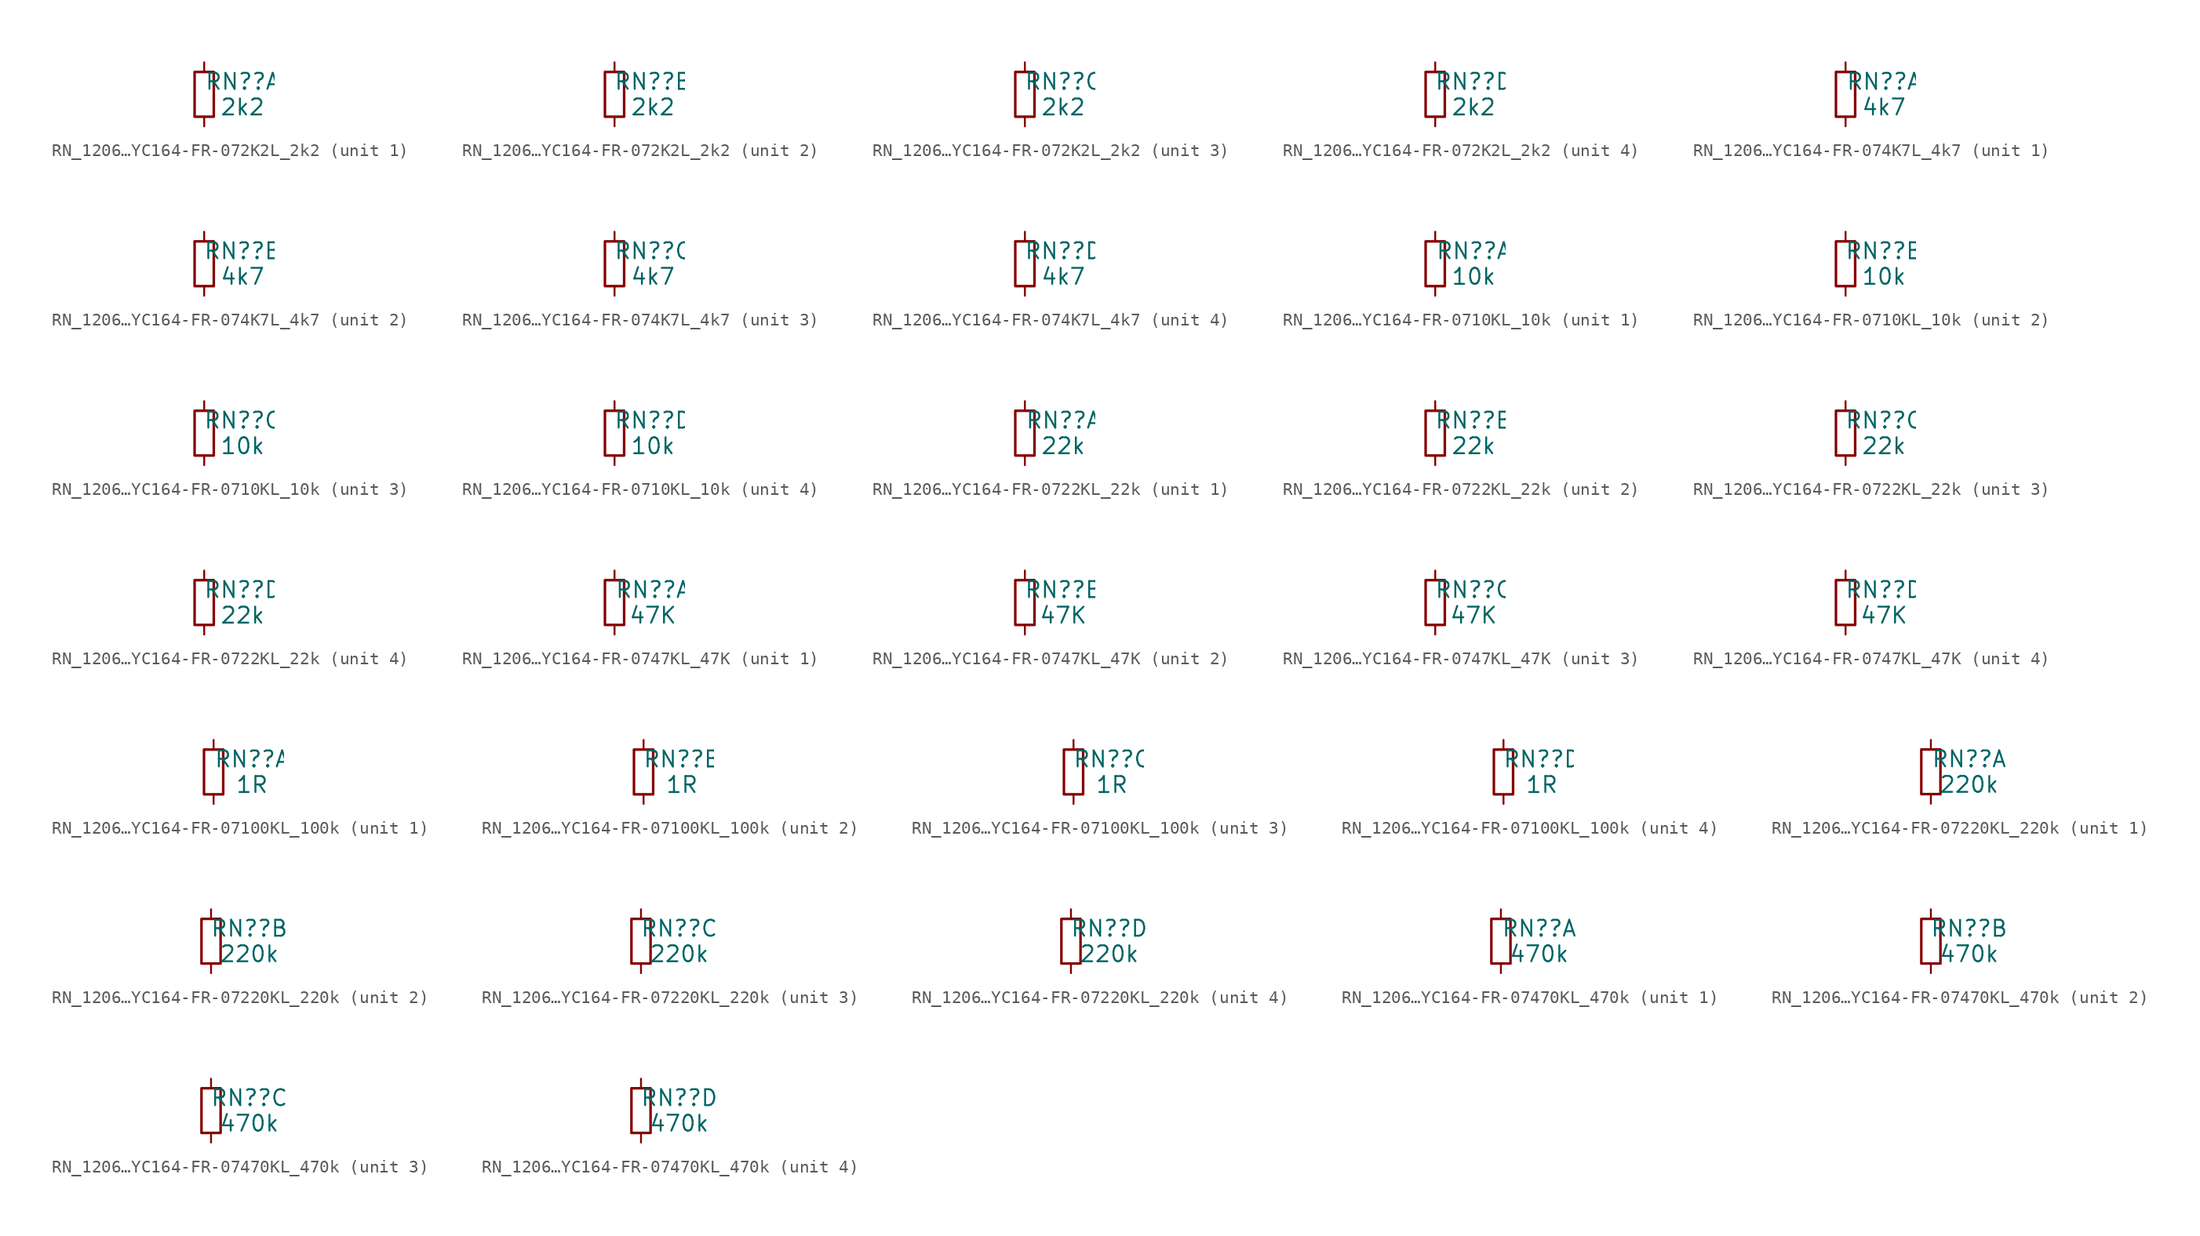
<source format=kicad_sym>
(kicad_symbol_lib
  (version 20231120)
  (generator "kicad_symbol_editor")
  (generator_version "8.0")
  (symbol "RN_1206…YC164-FR-072K2L_2k2"
    (pin_numbers hide)
    (pin_names
      (offset 1.016) hide)
    (property "Reference" "RN?"
      (at 3.048 1.016 0)
      (effects (font (size 1.27 1.27))))
    (property "Value" "2k2"
      (at 3.048 -1.016 0)
      (effects (font (size 1.27 1.27))))
    (symbol "RN_1206…YC164-FR-072K2L_2k2_0_1"
      (rectangle (start -0.762 1.778) (end 0.762 -1.778) (stroke (width 0.203) (type default)) (fill (type none))))
    (symbol "RN_1206…YC164-FR-072K2L_2k2_1_1"
      (pin passive line (at 0 2.54 270) (length 0.762) (name "~" (effects (font (size 1.27 1.27)))) (number "1" (effects (font (size 1.27 1.27)))))
      (pin passive line (at 0 -2.54 90) (length 0.762) (name "~" (effects (font (size 1.27 1.27)))) (number "8" (effects (font (size 1.27 1.27))))))
    (symbol "RN_1206…YC164-FR-072K2L_2k2_2_1"
      (pin passive line (at 0 2.54 270) (length 0.762) (name "~" (effects (font (size 1.27 1.27)))) (number "2" (effects (font (size 1.27 1.27)))))
      (pin passive line (at 0 -2.54 90) (length 0.762) (name "~" (effects (font (size 1.27 1.27)))) (number "7" (effects (font (size 1.27 1.27))))))
    (symbol "RN_1206…YC164-FR-072K2L_2k2_3_1"
      (pin passive line (at 0 2.54 270) (length 0.762) (name "~" (effects (font (size 1.27 1.27)))) (number "3" (effects (font (size 1.27 1.27)))))
      (pin passive line (at 0 -2.54 90) (length 0.762) (name "~" (effects (font (size 1.27 1.27)))) (number "6" (effects (font (size 1.27 1.27))))))
    (symbol "RN_1206…YC164-FR-072K2L_2k2_4_1"
      (pin passive line (at 0 2.54 270) (length 0.762) (name "~" (effects (font (size 1.27 1.27)))) (number "4" (effects (font (size 1.27 1.27)))))
      (pin passive line (at 0 -2.54 90) (length 0.762) (name "~" (effects (font (size 1.27 1.27)))) (number "5" (effects (font (size 1.27 1.27)))))))
  (symbol "RN_1206…YC164-FR-074K7L_4k7"
    (pin_numbers hide)
    (pin_names
      (offset 1.016) hide)
    (property "Reference" "RN?"
      (at 3.048 1.016 0)
      (effects (font (size 1.27 1.27))))
    (property "Value" "4k7"
      (at 3.048 -1.016 0)
      (effects (font (size 1.27 1.27))))
    (symbol "RN_1206…YC164-FR-074K7L_4k7_0_1"
      (rectangle (start -0.762 1.778) (end 0.762 -1.778) (stroke (width 0.203) (type default)) (fill (type none))))
    (symbol "RN_1206…YC164-FR-074K7L_4k7_1_1"
      (pin passive line (at 0 2.54 270) (length 0.762) (name "~" (effects (font (size 1.27 1.27)))) (number "1" (effects (font (size 1.27 1.27)))))
      (pin passive line (at 0 -2.54 90) (length 0.762) (name "~" (effects (font (size 1.27 1.27)))) (number "8" (effects (font (size 1.27 1.27))))))
    (symbol "RN_1206…YC164-FR-074K7L_4k7_2_1"
      (pin passive line (at 0 2.54 270) (length 0.762) (name "~" (effects (font (size 1.27 1.27)))) (number "2" (effects (font (size 1.27 1.27)))))
      (pin passive line (at 0 -2.54 90) (length 0.762) (name "~" (effects (font (size 1.27 1.27)))) (number "7" (effects (font (size 1.27 1.27))))))
    (symbol "RN_1206…YC164-FR-074K7L_4k7_3_1"
      (pin passive line (at 0 2.54 270) (length 0.762) (name "~" (effects (font (size 1.27 1.27)))) (number "3" (effects (font (size 1.27 1.27)))))
      (pin passive line (at 0 -2.54 90) (length 0.762) (name "~" (effects (font (size 1.27 1.27)))) (number "6" (effects (font (size 1.27 1.27))))))
    (symbol "RN_1206…YC164-FR-074K7L_4k7_4_1"
      (pin passive line (at 0 2.54 270) (length 0.762) (name "~" (effects (font (size 1.27 1.27)))) (number "4" (effects (font (size 1.27 1.27)))))
      (pin passive line (at 0 -2.54 90) (length 0.762) (name "~" (effects (font (size 1.27 1.27)))) (number "5" (effects (font (size 1.27 1.27)))))))
  (symbol "RN_1206…YC164-FR-0710KL_10k"
    (pin_numbers hide)
    (pin_names
      (offset 1.016) hide)
    (property "Reference" "RN?"
      (at 3.048 1.016 0)
      (effects (font (size 1.27 1.27))))
    (property "Value" "10k"
      (at 3.048 -1.016 0)
      (effects (font (size 1.27 1.27))))
    (symbol "RN_1206…YC164-FR-0710KL_10k_0_1"
      (rectangle (start -0.762 1.778) (end 0.762 -1.778) (stroke (width 0.203) (type default)) (fill (type none))))
    (symbol "RN_1206…YC164-FR-0710KL_10k_1_1"
      (pin passive line (at 0 2.54 270) (length 0.762) (name "~" (effects (font (size 1.27 1.27)))) (number "1" (effects (font (size 1.27 1.27)))))
      (pin passive line (at 0 -2.54 90) (length 0.762) (name "~" (effects (font (size 1.27 1.27)))) (number "8" (effects (font (size 1.27 1.27))))))
    (symbol "RN_1206…YC164-FR-0710KL_10k_2_1"
      (pin passive line (at 0 2.54 270) (length 0.762) (name "~" (effects (font (size 1.27 1.27)))) (number "2" (effects (font (size 1.27 1.27)))))
      (pin passive line (at 0 -2.54 90) (length 0.762) (name "~" (effects (font (size 1.27 1.27)))) (number "7" (effects (font (size 1.27 1.27))))))
    (symbol "RN_1206…YC164-FR-0710KL_10k_3_1"
      (pin passive line (at 0 2.54 270) (length 0.762) (name "~" (effects (font (size 1.27 1.27)))) (number "3" (effects (font (size 1.27 1.27)))))
      (pin passive line (at 0 -2.54 90) (length 0.762) (name "~" (effects (font (size 1.27 1.27)))) (number "6" (effects (font (size 1.27 1.27))))))
    (symbol "RN_1206…YC164-FR-0710KL_10k_4_1"
      (pin passive line (at 0 2.54 270) (length 0.762) (name "~" (effects (font (size 1.27 1.27)))) (number "4" (effects (font (size 1.27 1.27)))))
      (pin passive line (at 0 -2.54 90) (length 0.762) (name "~" (effects (font (size 1.27 1.27)))) (number "5" (effects (font (size 1.27 1.27)))))))
  (symbol "RN_1206…YC164-FR-0722KL_22k"
    (pin_numbers hide)
    (pin_names
      (offset 1.016) hide)
    (property "Reference" "RN?"
      (at 3.048 1.016 0)
      (effects (font (size 1.27 1.27))))
    (property "Value" "22k"
      (at 3.048 -1.016 0)
      (effects (font (size 1.27 1.27))))
    (symbol "RN_1206…YC164-FR-0722KL_22k_0_1"
      (rectangle (start -0.762 1.778) (end 0.762 -1.778) (stroke (width 0.203) (type default)) (fill (type none))))
    (symbol "RN_1206…YC164-FR-0722KL_22k_1_1"
      (pin passive line (at 0 2.54 270) (length 0.762) (name "~" (effects (font (size 1.27 1.27)))) (number "1" (effects (font (size 1.27 1.27)))))
      (pin passive line (at 0 -2.54 90) (length 0.762) (name "~" (effects (font (size 1.27 1.27)))) (number "8" (effects (font (size 1.27 1.27))))))
    (symbol "RN_1206…YC164-FR-0722KL_22k_2_1"
      (pin passive line (at 0 2.54 270) (length 0.762) (name "~" (effects (font (size 1.27 1.27)))) (number "2" (effects (font (size 1.27 1.27)))))
      (pin passive line (at 0 -2.54 90) (length 0.762) (name "~" (effects (font (size 1.27 1.27)))) (number "7" (effects (font (size 1.27 1.27))))))
    (symbol "RN_1206…YC164-FR-0722KL_22k_3_1"
      (pin passive line (at 0 2.54 270) (length 0.762) (name "~" (effects (font (size 1.27 1.27)))) (number "3" (effects (font (size 1.27 1.27)))))
      (pin passive line (at 0 -2.54 90) (length 0.762) (name "~" (effects (font (size 1.27 1.27)))) (number "6" (effects (font (size 1.27 1.27))))))
    (symbol "RN_1206…YC164-FR-0722KL_22k_4_1"
      (pin passive line (at 0 2.54 270) (length 0.762) (name "~" (effects (font (size 1.27 1.27)))) (number "4" (effects (font (size 1.27 1.27)))))
      (pin passive line (at 0 -2.54 90) (length 0.762) (name "~" (effects (font (size 1.27 1.27)))) (number "5" (effects (font (size 1.27 1.27)))))))
  (symbol "RN_1206…YC164-FR-0747KL_47K"
    (pin_numbers hide)
    (pin_names
      (offset 1.016) hide)
    (property "Reference" "RN?"
      (at 3.048 1.016 0)
      (effects (font (size 1.27 1.27))))
    (property "Value" "47K"
      (at 3.048 -1.016 0)
      (effects (font (size 1.27 1.27))))
    (symbol "RN_1206…YC164-FR-0747KL_47K_0_1"
      (rectangle (start -0.762 1.778) (end 0.762 -1.778) (stroke (width 0.203) (type default)) (fill (type none))))
    (symbol "RN_1206…YC164-FR-0747KL_47K_1_1"
      (pin passive line (at 0 2.54 270) (length 0.762) (name "~" (effects (font (size 1.27 1.27)))) (number "1" (effects (font (size 1.27 1.27)))))
      (pin passive line (at 0 -2.54 90) (length 0.762) (name "~" (effects (font (size 1.27 1.27)))) (number "8" (effects (font (size 1.27 1.27))))))
    (symbol "RN_1206…YC164-FR-0747KL_47K_2_1"
      (pin passive line (at 0 2.54 270) (length 0.762) (name "~" (effects (font (size 1.27 1.27)))) (number "2" (effects (font (size 1.27 1.27)))))
      (pin passive line (at 0 -2.54 90) (length 0.762) (name "~" (effects (font (size 1.27 1.27)))) (number "7" (effects (font (size 1.27 1.27))))))
    (symbol "RN_1206…YC164-FR-0747KL_47K_3_1"
      (pin passive line (at 0 2.54 270) (length 0.762) (name "~" (effects (font (size 1.27 1.27)))) (number "3" (effects (font (size 1.27 1.27)))))
      (pin passive line (at 0 -2.54 90) (length 0.762) (name "~" (effects (font (size 1.27 1.27)))) (number "6" (effects (font (size 1.27 1.27))))))
    (symbol "RN_1206…YC164-FR-0747KL_47K_4_1"
      (pin passive line (at 0 2.54 270) (length 0.762) (name "~" (effects (font (size 1.27 1.27)))) (number "4" (effects (font (size 1.27 1.27)))))
      (pin passive line (at 0 -2.54 90) (length 0.762) (name "~" (effects (font (size 1.27 1.27)))) (number "5" (effects (font (size 1.27 1.27)))))))
  (symbol "RN_1206…YC164-FR-07100KL_100k"
    (pin_numbers hide)
    (pin_names
      (offset 1.016) hide)
    (property "Reference" "RN?"
      (at 3.048 1.016 0)
      (effects (font (size 1.27 1.27))))
    (property "Value" "1R"
      (at 3.048 -1.016 0)
      (effects (font (size 1.27 1.27))))
    (symbol "RN_1206…YC164-FR-07100KL_100k_0_1"
      (rectangle (start -0.762 1.778) (end 0.762 -1.778) (stroke (width 0.203) (type default)) (fill (type none))))
    (symbol "RN_1206…YC164-FR-07100KL_100k_1_1"
      (pin passive line (at 0 2.54 270) (length 0.762) (name "~" (effects (font (size 1.27 1.27)))) (number "1" (effects (font (size 1.27 1.27)))))
      (pin passive line (at 0 -2.54 90) (length 0.762) (name "~" (effects (font (size 1.27 1.27)))) (number "8" (effects (font (size 1.27 1.27))))))
    (symbol "RN_1206…YC164-FR-07100KL_100k_2_1"
      (pin passive line (at 0 2.54 270) (length 0.762) (name "~" (effects (font (size 1.27 1.27)))) (number "2" (effects (font (size 1.27 1.27)))))
      (pin passive line (at 0 -2.54 90) (length 0.762) (name "~" (effects (font (size 1.27 1.27)))) (number "7" (effects (font (size 1.27 1.27))))))
    (symbol "RN_1206…YC164-FR-07100KL_100k_3_1"
      (pin passive line (at 0 2.54 270) (length 0.762) (name "~" (effects (font (size 1.27 1.27)))) (number "3" (effects (font (size 1.27 1.27)))))
      (pin passive line (at 0 -2.54 90) (length 0.762) (name "~" (effects (font (size 1.27 1.27)))) (number "6" (effects (font (size 1.27 1.27))))))
    (symbol "RN_1206…YC164-FR-07100KL_100k_4_1"
      (pin passive line (at 0 2.54 270) (length 0.762) (name "~" (effects (font (size 1.27 1.27)))) (number "4" (effects (font (size 1.27 1.27)))))
      (pin passive line (at 0 -2.54 90) (length 0.762) (name "~" (effects (font (size 1.27 1.27)))) (number "5" (effects (font (size 1.27 1.27)))))))
  (symbol "RN_1206…YC164-FR-07220KL_220k"
    (pin_numbers hide)
    (pin_names
      (offset 1.016) hide)
    (property "Reference" "RN?"
      (at 3.048 1.016 0)
      (effects (font (size 1.27 1.27))))
    (property "Value" "220k"
      (at 3.048 -1.016 0)
      (effects (font (size 1.27 1.27))))
    (symbol "RN_1206…YC164-FR-07220KL_220k_0_1"
      (rectangle (start -0.762 1.778) (end 0.762 -1.778) (stroke (width 0.203) (type default)) (fill (type none))))
    (symbol "RN_1206…YC164-FR-07220KL_220k_1_1"
      (pin passive line (at 0 2.54 270) (length 0.762) (name "~" (effects (font (size 1.27 1.27)))) (number "1" (effects (font (size 1.27 1.27)))))
      (pin passive line (at 0 -2.54 90) (length 0.762) (name "~" (effects (font (size 1.27 1.27)))) (number "8" (effects (font (size 1.27 1.27))))))
    (symbol "RN_1206…YC164-FR-07220KL_220k_2_1"
      (pin passive line (at 0 2.54 270) (length 0.762) (name "~" (effects (font (size 1.27 1.27)))) (number "2" (effects (font (size 1.27 1.27)))))
      (pin passive line (at 0 -2.54 90) (length 0.762) (name "~" (effects (font (size 1.27 1.27)))) (number "7" (effects (font (size 1.27 1.27))))))
    (symbol "RN_1206…YC164-FR-07220KL_220k_3_1"
      (pin passive line (at 0 2.54 270) (length 0.762) (name "~" (effects (font (size 1.27 1.27)))) (number "3" (effects (font (size 1.27 1.27)))))
      (pin passive line (at 0 -2.54 90) (length 0.762) (name "~" (effects (font (size 1.27 1.27)))) (number "6" (effects (font (size 1.27 1.27))))))
    (symbol "RN_1206…YC164-FR-07220KL_220k_4_1"
      (pin passive line (at 0 2.54 270) (length 0.762) (name "~" (effects (font (size 1.27 1.27)))) (number "4" (effects (font (size 1.27 1.27)))))
      (pin passive line (at 0 -2.54 90) (length 0.762) (name "~" (effects (font (size 1.27 1.27)))) (number "5" (effects (font (size 1.27 1.27)))))))
  (symbol "RN_1206…YC164-FR-07470KL_470k"
    (pin_numbers hide)
    (pin_names
      (offset 1.016) hide)
    (property "Reference" "RN?"
      (at 3.048 1.016 0)
      (effects (font (size 1.27 1.27))))
    (property "Value" "470k"
      (at 3.048 -1.016 0)
      (effects (font (size 1.27 1.27))))
    (symbol "RN_1206…YC164-FR-07470KL_470k_0_1"
      (rectangle (start -0.762 1.778) (end 0.762 -1.778) (stroke (width 0.203) (type default)) (fill (type none))))
    (symbol "RN_1206…YC164-FR-07470KL_470k_1_1"
      (pin passive line (at 0 2.54 270) (length 0.762) (name "~" (effects (font (size 1.27 1.27)))) (number "1" (effects (font (size 1.27 1.27)))))
      (pin passive line (at 0 -2.54 90) (length 0.762) (name "~" (effects (font (size 1.27 1.27)))) (number "8" (effects (font (size 1.27 1.27))))))
    (symbol "RN_1206…YC164-FR-07470KL_470k_2_1"
      (pin passive line (at 0 2.54 270) (length 0.762) (name "~" (effects (font (size 1.27 1.27)))) (number "2" (effects (font (size 1.27 1.27)))))
      (pin passive line (at 0 -2.54 90) (length 0.762) (name "~" (effects (font (size 1.27 1.27)))) (number "7" (effects (font (size 1.27 1.27))))))
    (symbol "RN_1206…YC164-FR-07470KL_470k_3_1"
      (pin passive line (at 0 2.54 270) (length 0.762) (name "~" (effects (font (size 1.27 1.27)))) (number "3" (effects (font (size 1.27 1.27)))))
      (pin passive line (at 0 -2.54 90) (length 0.762) (name "~" (effects (font (size 1.27 1.27)))) (number "6" (effects (font (size 1.27 1.27))))))
    (symbol "RN_1206…YC164-FR-07470KL_470k_4_1"
      (pin passive line (at 0 2.54 270) (length 0.762) (name "~" (effects (font (size 1.27 1.27)))) (number "4" (effects (font (size 1.27 1.27)))))
      (pin passive line (at 0 -2.54 90) (length 0.762) (name "~" (effects (font (size 1.27 1.27)))) (number "5" (effects (font (size 1.27 1.27))))))))
</source>
